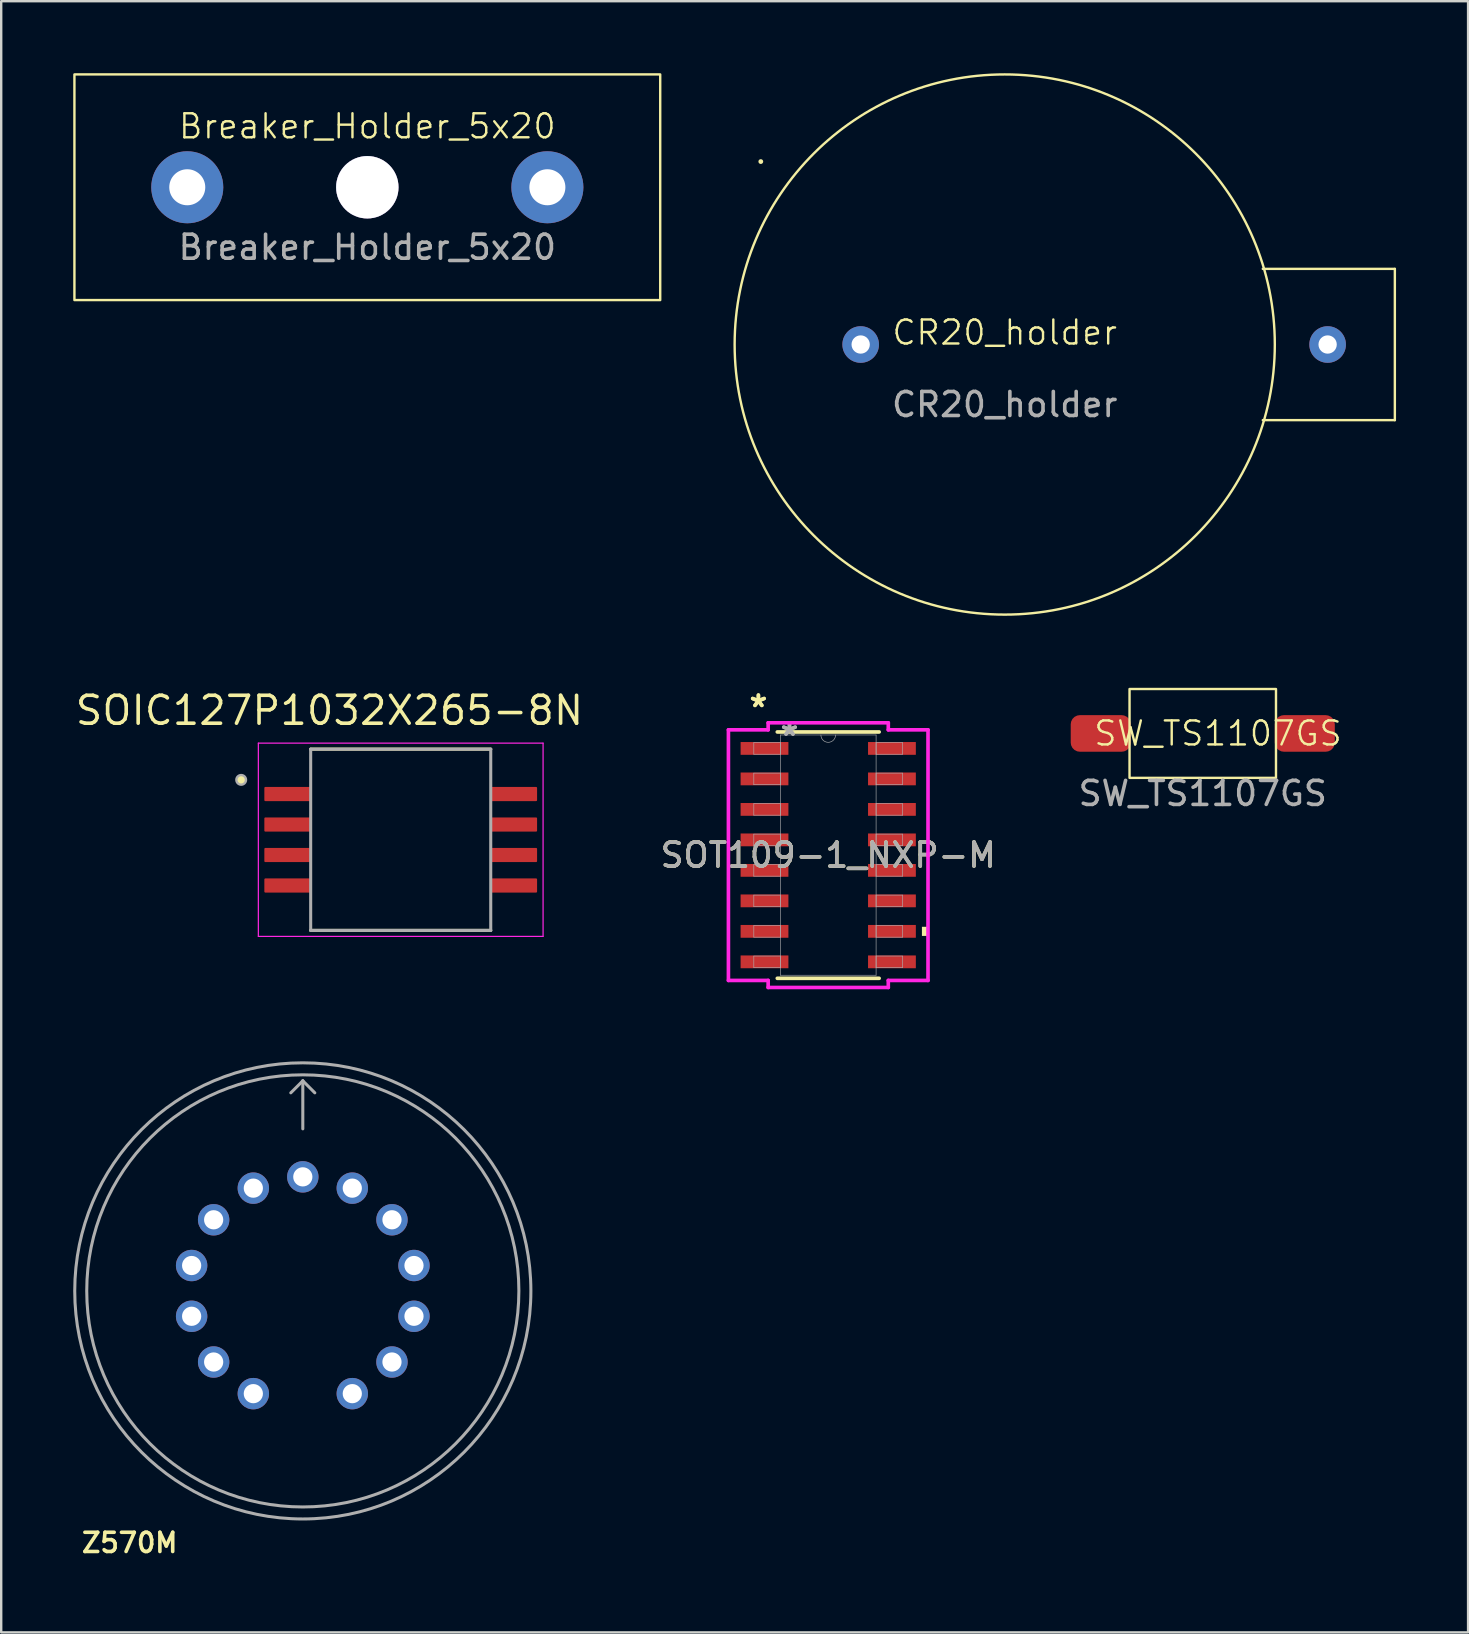
<source format=kicad_pcb>
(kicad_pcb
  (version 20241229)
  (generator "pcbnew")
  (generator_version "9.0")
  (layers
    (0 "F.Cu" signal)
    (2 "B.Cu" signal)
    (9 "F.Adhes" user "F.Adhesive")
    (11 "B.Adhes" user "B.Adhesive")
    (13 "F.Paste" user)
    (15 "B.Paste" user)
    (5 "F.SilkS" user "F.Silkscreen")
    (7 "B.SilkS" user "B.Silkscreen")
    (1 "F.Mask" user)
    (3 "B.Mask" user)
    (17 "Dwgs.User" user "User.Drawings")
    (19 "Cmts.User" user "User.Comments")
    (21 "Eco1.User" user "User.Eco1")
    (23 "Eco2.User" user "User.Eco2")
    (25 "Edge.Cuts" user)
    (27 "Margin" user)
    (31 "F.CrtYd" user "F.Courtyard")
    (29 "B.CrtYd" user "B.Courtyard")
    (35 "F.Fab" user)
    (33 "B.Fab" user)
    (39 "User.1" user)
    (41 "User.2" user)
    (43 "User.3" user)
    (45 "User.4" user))
  (footprint "SW_TS1107GS"
    (layer "F.Cu")
    (at 47.049 27.5)
    (property "Reference" "SW_TS1107GS" (at 0.635 0 0) (unlocked yes) (layer "F.SilkS") (effects (font (size 1 1) (thickness 0.1))))
    (attr smd)
    (fp_rect (start -3.05 -1.85) (end 3.05 1.85) (stroke (width 0.1) (type default)) (fill no) (layer "F.SilkS"))
    (fp_text user "${REFERENCE}" (at 0 2.5 0) (unlocked yes) (layer "F.Fab") (effects (font (size 1 1) (thickness 0.15))))
    (pad "1" smd roundrect (at 4.25 0) (size 2.5 1.524) (layers "F.Cu" "F.Mask" "F.Paste") (roundrect_rratio 0.25))
    (pad "2" smd roundrect (at -4.25 0) (size 2.5 1.524) (layers "F.Cu" "F.Mask" "F.Paste") (roundrect_rratio 0.25)))
  (footprint "SOT109-1_NXP-M"
    (layer "F.Cu")
    (at 31.448 32.569)
    (property "Reference" "SOT109-1_NXP-M" (at 0 0 0) (unlocked yes) (layer "F.SilkS") (effects (font (size 1 1) (thickness 0.15))))
    (attr smd)
    (fp_line (start -2.121 5.131) (end 2.121 5.131) (stroke (width 0.152) (type solid)) (layer "F.SilkS"))
    (fp_line (start 2.121 -5.131) (end -2.121 -5.131) (stroke (width 0.152) (type solid)) (layer "F.SilkS"))
    (fp_poly (pts (xy 4.157 2.985) (xy 4.157 3.365) (xy 3.903 3.365) (xy 3.903 2.985)) (stroke (width 0) (type solid)) (fill yes) (layer "F.SilkS"))
    (fp_line (start -4.157 -5.219) (end -2.502 -5.219) (stroke (width 0.152) (type solid)) (layer "F.CrtYd"))
    (fp_line (start -4.157 5.219) (end -4.157 -5.219) (stroke (width 0.152) (type solid)) (layer "F.CrtYd"))
    (fp_line (start -4.157 5.219) (end -2.502 5.219) (stroke (width 0.152) (type solid)) (layer "F.CrtYd"))
    (fp_line (start -2.502 -5.512) (end 2.502 -5.512) (stroke (width 0.152) (type solid)) (layer "F.CrtYd"))
    (fp_line (start -2.502 -5.219) (end -2.502 -5.512) (stroke (width 0.152) (type solid)) (layer "F.CrtYd"))
    (fp_line (start -2.502 5.512) (end -2.502 5.219) (stroke (width 0.152) (type solid)) (layer "F.CrtYd"))
    (fp_line (start 2.502 -5.512) (end 2.502 -5.219) (stroke (width 0.152) (type solid)) (layer "F.CrtYd"))
    (fp_line (start 2.502 5.219) (end 2.502 5.512) (stroke (width 0.152) (type solid)) (layer "F.CrtYd"))
    (fp_line (start 2.502 5.512) (end -2.502 5.512) (stroke (width 0.152) (type solid)) (layer "F.CrtYd"))
    (fp_line (start 4.157 -5.219) (end 2.502 -5.219) (stroke (width 0.152) (type solid)) (layer "F.CrtYd"))
    (fp_line (start 4.157 -5.219) (end 4.157 5.219) (stroke (width 0.152) (type solid)) (layer "F.CrtYd"))
    (fp_line (start 4.157 5.219) (end 2.502 5.219) (stroke (width 0.152) (type solid)) (layer "F.CrtYd"))
    (fp_line (start -3.099 -4.686) (end -3.099 -4.204) (stroke (width 0.025) (type solid)) (layer "F.Fab"))
    (fp_line (start -3.099 -4.204) (end -1.994 -4.204) (stroke (width 0.025) (type solid)) (layer "F.Fab"))
    (fp_line (start -3.099 -3.416) (end -3.099 -2.934) (stroke (width 0.025) (type solid)) (layer "F.Fab"))
    (fp_line (start -3.099 -2.934) (end -1.994 -2.934) (stroke (width 0.025) (type solid)) (layer "F.Fab"))
    (fp_line (start -3.099 -2.146) (end -3.099 -1.664) (stroke (width 0.025) (type solid)) (layer "F.Fab"))
    (fp_line (start -3.099 -1.664) (end -1.994 -1.664) (stroke (width 0.025) (type solid)) (layer "F.Fab"))
    (fp_line (start -3.099 -0.876) (end -3.099 -0.394) (stroke (width 0.025) (type solid)) (layer "F.Fab"))
    (fp_line (start -3.099 -0.394) (end -1.994 -0.394) (stroke (width 0.025) (type solid)) (layer "F.Fab"))
    (fp_line (start -3.099 0.394) (end -3.099 0.876) (stroke (width 0.025) (type solid)) (layer "F.Fab"))
    (fp_line (start -3.099 0.876) (end -1.994 0.876) (stroke (width 0.025) (type solid)) (layer "F.Fab"))
    (fp_line (start -3.099 1.664) (end -3.099 2.146) (stroke (width 0.025) (type solid)) (layer "F.Fab"))
    (fp_line (start -3.099 2.146) (end -1.994 2.146) (stroke (width 0.025) (type solid)) (layer "F.Fab"))
    (fp_line (start -3.099 2.934) (end -3.099 3.416) (stroke (width 0.025) (type solid)) (layer "F.Fab"))
    (fp_line (start -3.099 3.416) (end -1.994 3.416) (stroke (width 0.025) (type solid)) (layer "F.Fab"))
    (fp_line (start -3.099 4.204) (end -3.099 4.686) (stroke (width 0.025) (type solid)) (layer "F.Fab"))
    (fp_line (start -3.099 4.686) (end -1.994 4.686) (stroke (width 0.025) (type solid)) (layer "F.Fab"))
    (fp_line (start -1.994 -5.004) (end -1.994 5.004) (stroke (width 0.025) (type solid)) (layer "F.Fab"))
    (fp_line (start -1.994 -4.686) (end -3.099 -4.686) (stroke (width 0.025) (type solid)) (layer "F.Fab"))
    (fp_line (start -1.994 -4.204) (end -1.994 -4.686) (stroke (width 0.025) (type solid)) (layer "F.Fab"))
    (fp_line (start -1.994 -3.416) (end -3.099 -3.416) (stroke (width 0.025) (type solid)) (layer "F.Fab"))
    (fp_line (start -1.994 -2.934) (end -1.994 -3.416) (stroke (width 0.025) (type solid)) (layer "F.Fab"))
    (fp_line (start -1.994 -2.146) (end -3.099 -2.146) (stroke (width 0.025) (type solid)) (layer "F.Fab"))
    (fp_line (start -1.994 -1.664) (end -1.994 -2.146) (stroke (width 0.025) (type solid)) (layer "F.Fab"))
    (fp_line (start -1.994 -0.876) (end -3.099 -0.876) (stroke (width 0.025) (type solid)) (layer "F.Fab"))
    (fp_line (start -1.994 -0.394) (end -1.994 -0.876) (stroke (width 0.025) (type solid)) (layer "F.Fab"))
    (fp_line (start -1.994 0.394) (end -3.099 0.394) (stroke (width 0.025) (type solid)) (layer "F.Fab"))
    (fp_line (start -1.994 0.876) (end -1.994 0.394) (stroke (width 0.025) (type solid)) (layer "F.Fab"))
    (fp_line (start -1.994 1.664) (end -3.099 1.664) (stroke (width 0.025) (type solid)) (layer "F.Fab"))
    (fp_line (start -1.994 2.146) (end -1.994 1.664) (stroke (width 0.025) (type solid)) (layer "F.Fab"))
    (fp_line (start -1.994 2.934) (end -3.099 2.934) (stroke (width 0.025) (type solid)) (layer "F.Fab"))
    (fp_line (start -1.994 3.416) (end -1.994 2.934) (stroke (width 0.025) (type solid)) (layer "F.Fab"))
    (fp_line (start -1.994 4.204) (end -3.099 4.204) (stroke (width 0.025) (type solid)) (layer "F.Fab"))
    (fp_line (start -1.994 4.686) (end -1.994 4.204) (stroke (width 0.025) (type solid)) (layer "F.Fab"))
    (fp_line (start -1.994 5.004) (end 1.994 5.004) (stroke (width 0.025) (type solid)) (layer "F.Fab"))
    (fp_line (start 1.994 -5.004) (end -1.994 -5.004) (stroke (width 0.025) (type solid)) (layer "F.Fab"))
    (fp_line (start 1.994 -4.686) (end 1.994 -4.204) (stroke (width 0.025) (type solid)) (layer "F.Fab"))
    (fp_line (start 1.994 -4.204) (end 3.099 -4.204) (stroke (width 0.025) (type solid)) (layer "F.Fab"))
    (fp_line (start 1.994 -3.416) (end 1.994 -2.934) (stroke (width 0.025) (type solid)) (layer "F.Fab"))
    (fp_line (start 1.994 -2.934) (end 3.099 -2.934) (stroke (width 0.025) (type solid)) (layer "F.Fab"))
    (fp_line (start 1.994 -2.146) (end 1.994 -1.664) (stroke (width 0.025) (type solid)) (layer "F.Fab"))
    (fp_line (start 1.994 -1.664) (end 3.099 -1.664) (stroke (width 0.025) (type solid)) (layer "F.Fab"))
    (fp_line (start 1.994 -0.876) (end 1.994 -0.394) (stroke (width 0.025) (type solid)) (layer "F.Fab"))
    (fp_line (start 1.994 -0.394) (end 3.099 -0.394) (stroke (width 0.025) (type solid)) (layer "F.Fab"))
    (fp_line (start 1.994 0.394) (end 1.994 0.876) (stroke (width 0.025) (type solid)) (layer "F.Fab"))
    (fp_line (start 1.994 0.876) (end 3.099 0.876) (stroke (width 0.025) (type solid)) (layer "F.Fab"))
    (fp_line (start 1.994 1.664) (end 1.994 2.146) (stroke (width 0.025) (type solid)) (layer "F.Fab"))
    (fp_line (start 1.994 2.146) (end 3.099 2.146) (stroke (width 0.025) (type solid)) (layer "F.Fab"))
    (fp_line (start 1.994 2.934) (end 1.994 3.416) (stroke (width 0.025) (type solid)) (layer "F.Fab"))
    (fp_line (start 1.994 3.416) (end 3.099 3.416) (stroke (width 0.025) (type solid)) (layer "F.Fab"))
    (fp_line (start 1.994 4.204) (end 1.994 4.686) (stroke (width 0.025) (type solid)) (layer "F.Fab"))
    (fp_line (start 1.994 4.686) (end 3.099 4.686) (stroke (width 0.025) (type solid)) (layer "F.Fab"))
    (fp_line (start 1.994 5.004) (end 1.994 -5.004) (stroke (width 0.025) (type solid)) (layer "F.Fab"))
    (fp_line (start 3.099 -4.686) (end 1.994 -4.686) (stroke (width 0.025) (type solid)) (layer "F.Fab"))
    (fp_line (start 3.099 -4.204) (end 3.099 -4.686) (stroke (width 0.025) (type solid)) (layer "F.Fab"))
    (fp_line (start 3.099 -3.416) (end 1.994 -3.416) (stroke (width 0.025) (type solid)) (layer "F.Fab"))
    (fp_line (start 3.099 -2.934) (end 3.099 -3.416) (stroke (width 0.025) (type solid)) (layer "F.Fab"))
    (fp_line (start 3.099 -2.146) (end 1.994 -2.146) (stroke (width 0.025) (type solid)) (layer "F.Fab"))
    (fp_line (start 3.099 -1.664) (end 3.099 -2.146) (stroke (width 0.025) (type solid)) (layer "F.Fab"))
    (fp_line (start 3.099 -0.876) (end 1.994 -0.876) (stroke (width 0.025) (type solid)) (layer "F.Fab"))
    (fp_line (start 3.099 -0.394) (end 3.099 -0.876) (stroke (width 0.025) (type solid)) (layer "F.Fab"))
    (fp_line (start 3.099 0.394) (end 1.994 0.394) (stroke (width 0.025) (type solid)) (layer "F.Fab"))
    (fp_line (start 3.099 0.876) (end 3.099 0.394) (stroke (width 0.025) (type solid)) (layer "F.Fab"))
    (fp_line (start 3.099 1.664) (end 1.994 1.664) (stroke (width 0.025) (type solid)) (layer "F.Fab"))
    (fp_line (start 3.099 2.146) (end 3.099 1.664) (stroke (width 0.025) (type solid)) (layer "F.Fab"))
    (fp_line (start 3.099 2.934) (end 1.994 2.934) (stroke (width 0.025) (type solid)) (layer "F.Fab"))
    (fp_line (start 3.099 3.416) (end 3.099 2.934) (stroke (width 0.025) (type solid)) (layer "F.Fab"))
    (fp_line (start 3.099 4.204) (end 1.994 4.204) (stroke (width 0.025) (type solid)) (layer "F.Fab"))
    (fp_line (start 3.099 4.686) (end 3.099 4.204) (stroke (width 0.025) (type solid)) (layer "F.Fab"))
    (fp_arc (start 0.3048 -5.0038) (mid 0 -4.699) (end -0.3048 -5.0038) (stroke (width 0.0254) (type solid)) (layer "F.Fab"))
    (fp_text user "*" (at -2.908 -6.121 0) (layer "F.SilkS") (effects (font (size 1 1) (thickness 0.15))))
    (fp_text user "*" (at -2.908 -6.121 0) (unlocked yes) (layer "F.SilkS") (effects (font (size 1 1) (thickness 0.15))))
    (fp_text user "${REFERENCE}" (at 0 0 0) (unlocked yes) (layer "F.Fab") (effects (font (size 1 1) (thickness 0.15))))
    (fp_text user "*" (at -1.613 -4.928 0) (layer "F.Fab") (effects (font (size 1 1) (thickness 0.15))))
    (fp_text user "*" (at -1.613 -4.928 0) (unlocked yes) (layer "F.Fab") (effects (font (size 1 1) (thickness 0.15))))
    (pad "1" smd rect (at -2.654 -4.445) (size 1.991 0.533) (layers "F.Cu" "F.Mask" "F.Paste"))
    (pad "2" smd rect (at -2.654 -3.175) (size 1.991 0.533) (layers "F.Cu" "F.Mask" "F.Paste"))
    (pad "3" smd rect (at -2.654 -1.905) (size 1.991 0.533) (layers "F.Cu" "F.Mask" "F.Paste"))
    (pad "4" smd rect (at -2.654 -0.635) (size 1.991 0.533) (layers "F.Cu" "F.Mask" "F.Paste"))
    (pad "5" smd rect (at -2.654 0.635) (size 1.991 0.533) (layers "F.Cu" "F.Mask" "F.Paste"))
    (pad "6" smd rect (at -2.654 1.905) (size 1.991 0.533) (layers "F.Cu" "F.Mask" "F.Paste"))
    (pad "7" smd rect (at -2.654 3.175) (size 1.991 0.533) (layers "F.Cu" "F.Mask" "F.Paste"))
    (pad "8" smd rect (at -2.654 4.445) (size 1.991 0.533) (layers "F.Cu" "F.Mask" "F.Paste"))
    (pad "9" smd rect (at 2.654 4.445) (size 1.991 0.533) (layers "F.Cu" "F.Mask" "F.Paste"))
    (pad "10" smd rect (at 2.654 3.175) (size 1.991 0.533) (layers "F.Cu" "F.Mask" "F.Paste"))
    (pad "11" smd rect (at 2.654 1.905) (size 1.991 0.533) (layers "F.Cu" "F.Mask" "F.Paste"))
    (pad "12" smd rect (at 2.654 0.635) (size 1.991 0.533) (layers "F.Cu" "F.Mask" "F.Paste"))
    (pad "13" smd rect (at 2.654 -0.635) (size 1.991 0.533) (layers "F.Cu" "F.Mask" "F.Paste"))
    (pad "14" smd rect (at 2.654 -1.905) (size 1.991 0.533) (layers "F.Cu" "F.Mask" "F.Paste"))
    (pad "15" smd rect (at 2.654 -3.175) (size 1.991 0.533) (layers "F.Cu" "F.Mask" "F.Paste"))
    (pad "16" smd rect (at 2.654 -4.445) (size 1.991 0.533) (layers "F.Cu" "F.Mask" "F.Paste")))
  (footprint "Z570M"
    (layer "F.Cu")
    (at 9.563 50.72)
    (property "Reference" "Z570M" (at -7.21 10.492 0) (layer "F.SilkS") (effects (font (size 0.8 0.8) (thickness 0.15))))
    (attr through_hole)
    (fp_line (start 0 -8.75) (end -0.5 -8.25) (stroke (width 0.127) (type solid)) (layer "F.Fab"))
    (fp_line (start 0 -8.75) (end 0.5 -8.25) (stroke (width 0.127) (type solid)) (layer "F.Fab"))
    (fp_line (start 0 -6.75) (end 0 -8.75) (stroke (width 0.127) (type solid)) (layer "F.Fab"))
    (fp_circle (center 0 0) (end 9 0) (stroke (width 0.127) (type solid)) (fill no) (layer "F.Fab"))
    (fp_circle (center 0 0) (end 9.5 0) (stroke (width 0.127) (type solid)) (fill no) (layer "F.Fab"))
    (pad "1" thru_hole circle (at 2.061 4.28) (size 1.308 1.308) (drill 0.8) (layers "*.Cu" "*.Mask"))
    (pad "2" thru_hole circle (at 3.714 2.962) (size 1.308 1.308) (drill 0.8) (layers "*.Cu" "*.Mask"))
    (pad "3" thru_hole circle (at 4.631 1.057) (size 1.308 1.308) (drill 0.8) (layers "*.Cu" "*.Mask"))
    (pad "4" thru_hole circle (at 4.631 -1.057) (size 1.308 1.308) (drill 0.8) (layers "*.Cu" "*.Mask"))
    (pad "5" thru_hole circle (at 3.714 -2.962) (size 1.308 1.308) (drill 0.8) (layers "*.Cu" "*.Mask"))
    (pad "6" thru_hole circle (at 2.061 -4.28) (size 1.308 1.308) (drill 0.8) (layers "*.Cu" "*.Mask"))
    (pad "7" thru_hole circle (at 0 -4.75) (size 1.308 1.308) (drill 0.8) (layers "*.Cu" "*.Mask"))
    (pad "8" thru_hole circle (at -2.061 -4.28) (size 1.308 1.308) (drill 0.8) (layers "*.Cu" "*.Mask"))
    (pad "9" thru_hole circle (at -3.714 -2.962) (size 1.308 1.308) (drill 0.8) (layers "*.Cu" "*.Mask"))
    (pad "10" thru_hole circle (at -4.631 -1.057) (size 1.308 1.308) (drill 0.8) (layers "*.Cu" "*.Mask"))
    (pad "11" thru_hole circle (at -4.631 1.057) (size 1.308 1.308) (drill 0.8) (layers "*.Cu" "*.Mask"))
    (pad "12" thru_hole circle (at -3.714 2.962) (size 1.308 1.308) (drill 0.8) (layers "*.Cu" "*.Mask"))
    (pad "13" thru_hole circle (at -2.061 4.28) (size 1.308 1.308) (drill 0.8) (layers "*.Cu" "*.Mask")))
  (footprint "SOIC127P1032X265-8N"
    (layer "F.Cu")
    (at 13.641 31.929)
    (property "Reference" "SOIC127P1032X265-8N" (at -2.968 -5.386 0) (layer "F.SilkS") (effects (font (size 1.162 1.162) (thickness 0.15))))
    (attr smd)
    (fp_line (start -3.75 -3.775) (end 3.75 -3.775) (stroke (width 0.127) (type solid)) (layer "F.SilkS"))
    (fp_line (start -3.75 3.775) (end 3.75 3.775) (stroke (width 0.127) (type solid)) (layer "F.SilkS"))
    (fp_circle (center -6.645 -2.495) (end -6.445 -2.495) (stroke (width 0) (type solid)) (fill yes) (layer "F.SilkS"))
    (fp_line (start -5.93 -4.025) (end -5.93 4.025) (stroke (width 0.05) (type solid)) (layer "F.CrtYd"))
    (fp_line (start -5.93 -4.025) (end 5.93 -4.025) (stroke (width 0.05) (type solid)) (layer "F.CrtYd"))
    (fp_line (start -5.93 4.025) (end 5.93 4.025) (stroke (width 0.05) (type solid)) (layer "F.CrtYd"))
    (fp_line (start 5.93 -4.025) (end 5.93 4.025) (stroke (width 0.05) (type solid)) (layer "F.CrtYd"))
    (fp_line (start -3.75 -3.775) (end -3.75 3.775) (stroke (width 0.127) (type solid)) (layer "F.Fab"))
    (fp_line (start -3.75 -3.775) (end 3.75 -3.775) (stroke (width 0.127) (type solid)) (layer "F.Fab"))
    (fp_line (start -3.75 3.775) (end 3.75 3.775) (stroke (width 0.127) (type solid)) (layer "F.Fab"))
    (fp_line (start 3.75 -3.775) (end 3.75 3.775) (stroke (width 0.127) (type solid)) (layer "F.Fab"))
    (fp_circle (center -6.645 -2.495) (end -6.445 -2.495) (stroke (width 0.1) (type solid)) (fill no) (layer "F.Fab"))
    (pad "1" smd roundrect (at -4.715 -1.905) (size 1.93 0.59) (layers "F.Cu" "F.Mask" "F.Paste") (roundrect_rratio 0.07))
    (pad "2" smd roundrect (at -4.715 -0.635) (size 1.93 0.59) (layers "F.Cu" "F.Mask" "F.Paste") (roundrect_rratio 0.07))
    (pad "3" smd roundrect (at -4.715 0.635) (size 1.93 0.59) (layers "F.Cu" "F.Mask" "F.Paste") (roundrect_rratio 0.07))
    (pad "4" smd roundrect (at -4.715 1.905) (size 1.93 0.59) (layers "F.Cu" "F.Mask" "F.Paste") (roundrect_rratio 0.07))
    (pad "5" smd roundrect (at 4.715 1.905) (size 1.93 0.59) (layers "F.Cu" "F.Mask" "F.Paste") (roundrect_rratio 0.07))
    (pad "6" smd roundrect (at 4.715 0.635) (size 1.93 0.59) (layers "F.Cu" "F.Mask" "F.Paste") (roundrect_rratio 0.07))
    (pad "7" smd roundrect (at 4.715 -0.635) (size 1.93 0.59) (layers "F.Cu" "F.Mask" "F.Paste") (roundrect_rratio 0.07))
    (pad "8" smd roundrect (at 4.715 -1.905) (size 1.93 0.59) (layers "F.Cu" "F.Mask" "F.Paste") (roundrect_rratio 0.07)))
  (footprint "Breaker_Holder_5x20"
    (layer "F.Cu")
    (at 12.25 4.75)
    (property "Reference" "Breaker_Holder_5x20" (at 0 -2.54 0) (unlocked yes) (layer "F.SilkS") (effects (font (size 1 1) (thickness 0.1))))
    (attr through_hole)
    (fp_rect (start -12.2 -4.7) (end 12.2 4.7) (stroke (width 0.1) (type default)) (fill no) (layer "F.SilkS"))
    (fp_text user "${REFERENCE}" (at 0 2.5 0) (unlocked yes) (layer "F.Fab") (effects (font (size 1 1) (thickness 0.15))))
    (pad "" thru_hole circle (at 0 0) (size 2.6 2.6) (drill 2.6) (layers "*.Mask"))
    (pad "1" thru_hole circle (at -7.5 0) (size 3 3) (drill 1.5) (layers "*.Cu" "*.Mask"))
    (pad "2" thru_hole circle (at 7.5 0) (size 3 3) (drill 1.5) (layers "*.Cu" "*.Mask")))
  (footprint "CR20_holder"
    (layer "F.Cu")
    (at 38.8 11.3)
    (property "Reference" "CR20_holder" (at 0 -0.5 0) (unlocked yes) (layer "F.SilkS") (effects (font (size 1 1) (thickness 0.1))))
    (attr through_hole)
    (fp_line (start 16.25 -3.15) (end 10.75 -3.15) (stroke (width 0.1) (type default)) (layer "F.SilkS"))
    (fp_line (start 16.25 3.15) (end 10.75 3.15) (stroke (width 0.1) (type default)) (layer "F.SilkS"))
    (fp_line (start 16.25 3.15) (end 16.25 -3.15) (stroke (width 0.1) (type default)) (layer "F.SilkS"))
    (fp_circle (center -10.16 -7.62) (end -10.16 -7.62) (stroke (width 0.1) (type default)) (fill no) (layer "F.SilkS"))
    (fp_circle (center 0 0) (end 11.25 0) (stroke (width 0.1) (type default)) (fill no) (layer "F.SilkS"))
    (fp_text user "${REFERENCE}" (at 0 2.5 0) (unlocked yes) (layer "F.Fab") (effects (font (size 1 1) (thickness 0.15))))
    (pad "1" thru_hole circle (at -6 0) (size 1.524 1.524) (drill 0.762) (layers "*.Cu" "*.Mask"))
    (pad "2" thru_hole circle (at 13.45 0) (size 1.524 1.524) (drill 0.762) (layers "*.Cu" "*.Mask")))
  (gr_rect
    (start -3 -3)
    (end 58.1 64.944)
    (stroke (width 0.1) (type default))
    (fill no)
    (layer "Edge.Cuts")))
</source>
